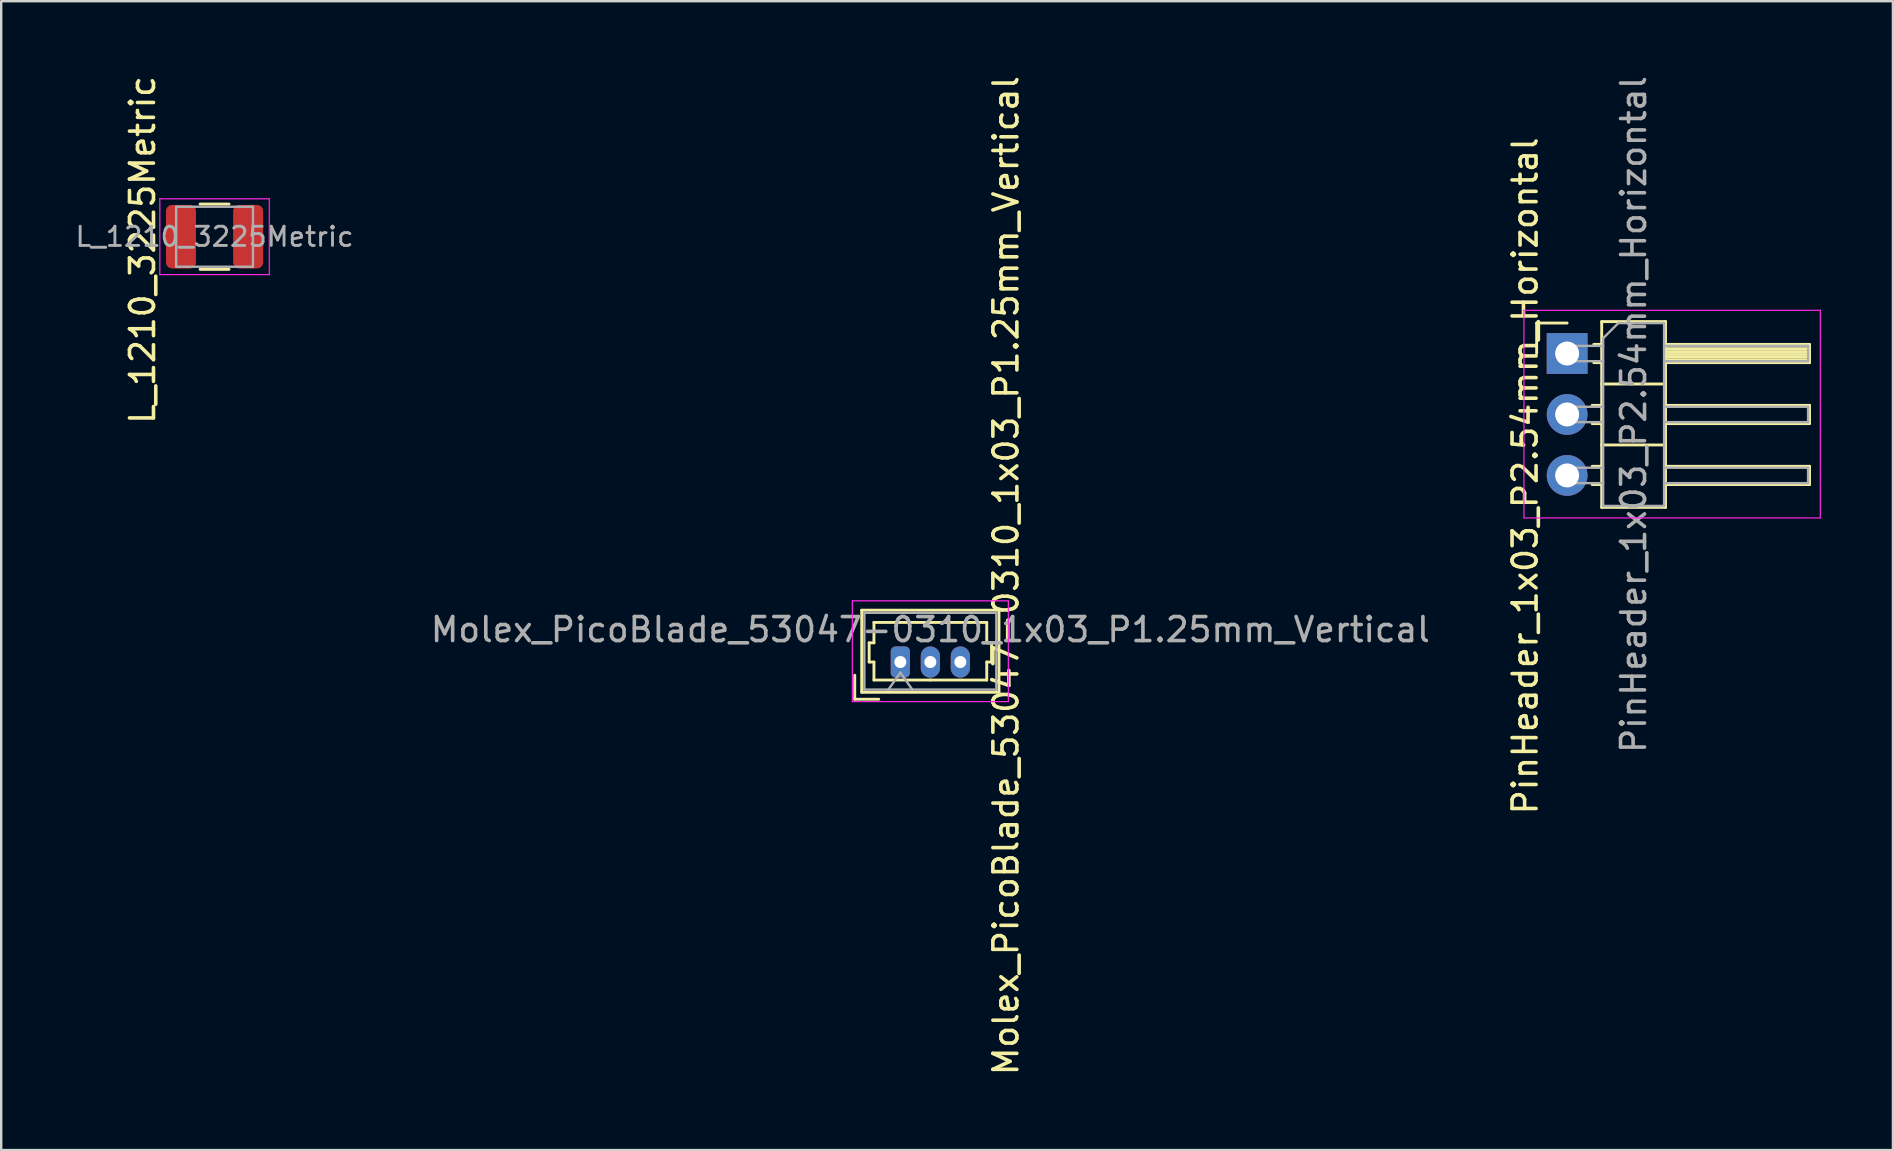
<source format=kicad_pcb>
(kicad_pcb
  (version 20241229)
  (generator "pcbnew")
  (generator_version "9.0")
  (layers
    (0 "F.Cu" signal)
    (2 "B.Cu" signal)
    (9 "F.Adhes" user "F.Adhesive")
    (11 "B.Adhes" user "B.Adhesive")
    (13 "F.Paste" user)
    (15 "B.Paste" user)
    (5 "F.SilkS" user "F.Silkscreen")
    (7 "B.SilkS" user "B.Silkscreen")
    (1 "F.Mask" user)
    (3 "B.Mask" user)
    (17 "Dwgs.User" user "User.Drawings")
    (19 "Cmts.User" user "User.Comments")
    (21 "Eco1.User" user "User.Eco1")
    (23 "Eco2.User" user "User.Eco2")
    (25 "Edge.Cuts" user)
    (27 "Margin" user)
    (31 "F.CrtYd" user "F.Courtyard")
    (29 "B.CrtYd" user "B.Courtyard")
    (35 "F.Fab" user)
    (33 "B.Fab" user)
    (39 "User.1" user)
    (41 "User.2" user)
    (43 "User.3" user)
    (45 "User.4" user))
  (footprint "Molex_PicoBlade_53047-0310_1x03_P1.25mm_Vertical"
    (layer "F.Cu")
    (at 34.465 24.535)
    (property "Reference" "Molex_PicoBlade_53047-0310_1x03_P1.25mm_Vertical" (at 4.4 -3.6 270) (layer "F.SilkS") (effects (font (size 1 1) (thickness 0.15))))
    (attr through_hole)
    (fp_line (start -1.9 1.55) (end -1.9 0.55) (stroke (width 0.12) (type solid)) (layer "F.SilkS"))
    (fp_line (start -1.9 1.55) (end -0.9 1.55) (stroke (width 0.12) (type solid)) (layer "F.SilkS"))
    (fp_line (start -1.61 -2.16) (end -1.61 1.26) (stroke (width 0.12) (type solid)) (layer "F.SilkS"))
    (fp_line (start -1.61 1.26) (end 4.11 1.26) (stroke (width 0.12) (type solid)) (layer "F.SilkS"))
    (fp_line (start -1.3 -0.8) (end -1.1 -0.8) (stroke (width 0.12) (type solid)) (layer "F.SilkS"))
    (fp_line (start -1.3 0) (end -1.3 -0.8) (stroke (width 0.12) (type solid)) (layer "F.SilkS"))
    (fp_line (start -1.1 -1.65) (end 1.25 -1.65) (stroke (width 0.12) (type solid)) (layer "F.SilkS"))
    (fp_line (start -1.1 -0.8) (end -1.1 -1.65) (stroke (width 0.12) (type solid)) (layer "F.SilkS"))
    (fp_line (start -1.1 0) (end -1.3 0) (stroke (width 0.12) (type solid)) (layer "F.SilkS"))
    (fp_line (start -1.1 0.75) (end -1.1 0) (stroke (width 0.12) (type solid)) (layer "F.SilkS"))
    (fp_line (start 1.25 0.75) (end -1.1 0.75) (stroke (width 0.12) (type solid)) (layer "F.SilkS"))
    (fp_line (start 1.25 0.75) (end 3.6 0.75) (stroke (width 0.12) (type solid)) (layer "F.SilkS"))
    (fp_line (start 3.6 -1.65) (end 1.25 -1.65) (stroke (width 0.12) (type solid)) (layer "F.SilkS"))
    (fp_line (start 3.6 -0.8) (end 3.6 -1.65) (stroke (width 0.12) (type solid)) (layer "F.SilkS"))
    (fp_line (start 3.6 0) (end 3.8 0) (stroke (width 0.12) (type solid)) (layer "F.SilkS"))
    (fp_line (start 3.6 0.75) (end 3.6 0) (stroke (width 0.12) (type solid)) (layer "F.SilkS"))
    (fp_line (start 3.8 -0.8) (end 3.6 -0.8) (stroke (width 0.12) (type solid)) (layer "F.SilkS"))
    (fp_line (start 3.8 0) (end 3.8 -0.8) (stroke (width 0.12) (type solid)) (layer "F.SilkS"))
    (fp_line (start 4.11 -2.16) (end -1.61 -2.16) (stroke (width 0.12) (type solid)) (layer "F.SilkS"))
    (fp_line (start 4.11 1.26) (end 4.11 -2.16) (stroke (width 0.12) (type solid)) (layer "F.SilkS"))
    (fp_line (start -2 -2.55) (end -2 1.65) (stroke (width 0.05) (type solid)) (layer "F.CrtYd"))
    (fp_line (start -2 1.65) (end 4.5 1.65) (stroke (width 0.05) (type solid)) (layer "F.CrtYd"))
    (fp_line (start 4.5 -2.55) (end -2 -2.55) (stroke (width 0.05) (type solid)) (layer "F.CrtYd"))
    (fp_line (start 4.5 1.65) (end 4.5 -2.55) (stroke (width 0.05) (type solid)) (layer "F.CrtYd"))
    (fp_line (start -1.5 -2.05) (end -1.5 1.15) (stroke (width 0.1) (type solid)) (layer "F.Fab"))
    (fp_line (start -1.5 1.15) (end 4 1.15) (stroke (width 0.1) (type solid)) (layer "F.Fab"))
    (fp_line (start -0.5 1.15) (end 0 0.443) (stroke (width 0.1) (type solid)) (layer "F.Fab"))
    (fp_line (start 0 0.443) (end 0.5 1.15) (stroke (width 0.1) (type solid)) (layer "F.Fab"))
    (fp_line (start 4 -2.05) (end -1.5 -2.05) (stroke (width 0.1) (type solid)) (layer "F.Fab"))
    (fp_line (start 4 1.15) (end 4 -2.05) (stroke (width 0.1) (type solid)) (layer "F.Fab"))
    (fp_text user "${REFERENCE}" (at 1.25 -1.35 0) (layer "F.Fab") (effects (font (size 1 1) (thickness 0.15))))
    (pad "1" thru_hole roundrect (at 0 0) (size 0.8 1.3) (drill 0.5) (layers "*.Cu" "*.Mask") (roundrect_rratio 0.25))
    (pad "2" thru_hole oval (at 1.25 0) (size 0.8 1.3) (drill 0.5) (layers "*.Cu" "*.Mask"))
    (pad "3" thru_hole oval (at 2.5 0) (size 0.8 1.3) (drill 0.5) (layers "*.Cu" "*.Mask")))
  (footprint "L_1210_3225Metric"
    (layer "F.Cu")
    (at 5.89 6.813)
    (property "Reference" "L_1210_3225Metric" (at -3 0.55 270) (layer "F.SilkS") (effects (font (size 1 1) (thickness 0.15))))
    (attr smd)
    (fp_line (start -0.602 -1.36) (end 0.602 -1.36) (stroke (width 0.12) (type solid)) (layer "F.SilkS"))
    (fp_line (start -0.602 1.36) (end 0.602 1.36) (stroke (width 0.12) (type solid)) (layer "F.SilkS"))
    (fp_line (start -2.28 -1.58) (end 2.28 -1.58) (stroke (width 0.05) (type solid)) (layer "F.CrtYd"))
    (fp_line (start -2.28 1.58) (end -2.28 -1.58) (stroke (width 0.05) (type solid)) (layer "F.CrtYd"))
    (fp_line (start 2.28 -1.58) (end 2.28 1.58) (stroke (width 0.05) (type solid)) (layer "F.CrtYd"))
    (fp_line (start 2.28 1.58) (end -2.28 1.58) (stroke (width 0.05) (type solid)) (layer "F.CrtYd"))
    (fp_line (start -1.6 -1.25) (end 1.6 -1.25) (stroke (width 0.1) (type solid)) (layer "F.Fab"))
    (fp_line (start -1.6 1.25) (end -1.6 -1.25) (stroke (width 0.1) (type solid)) (layer "F.Fab"))
    (fp_line (start 1.6 -1.25) (end 1.6 1.25) (stroke (width 0.1) (type solid)) (layer "F.Fab"))
    (fp_line (start 1.6 1.25) (end -1.6 1.25) (stroke (width 0.1) (type solid)) (layer "F.Fab"))
    (fp_text user "${REFERENCE}" (at 0 0 180) (layer "F.Fab") (effects (font (size 0.8 0.8) (thickness 0.12))))
    (pad "1" smd roundrect (at -1.4 0) (size 1.25 2.65) (layers "F.Cu" "F.Mask" "F.Paste") (roundrect_rratio 0.2))
    (pad "2" smd roundrect (at 1.4 0) (size 1.25 2.65) (layers "F.Cu" "F.Mask" "F.Paste") (roundrect_rratio 0.2)))
  (footprint "PinHeader_1x03_P2.54mm_Horizontal"
    (layer "F.Cu")
    (at 62.248 11.68)
    (property "Reference" "PinHeader_1x03_P2.54mm_Horizontal" (at -1.75 5.1 270) (layer "F.SilkS") (effects (font (size 1 1) (thickness 0.15))))
    (attr through_hole)
    (fp_line (start -1.27 -1.27) (end 0 -1.27) (stroke (width 0.12) (type solid)) (layer "F.SilkS"))
    (fp_line (start -1.27 0) (end -1.27 -1.27) (stroke (width 0.12) (type solid)) (layer "F.SilkS"))
    (fp_line (start 1.043 2.16) (end 1.44 2.16) (stroke (width 0.12) (type solid)) (layer "F.SilkS"))
    (fp_line (start 1.043 2.92) (end 1.44 2.92) (stroke (width 0.12) (type solid)) (layer "F.SilkS"))
    (fp_line (start 1.043 4.7) (end 1.44 4.7) (stroke (width 0.12) (type solid)) (layer "F.SilkS"))
    (fp_line (start 1.043 5.46) (end 1.44 5.46) (stroke (width 0.12) (type solid)) (layer "F.SilkS"))
    (fp_line (start 1.11 -0.38) (end 1.44 -0.38) (stroke (width 0.12) (type solid)) (layer "F.SilkS"))
    (fp_line (start 1.11 0.38) (end 1.44 0.38) (stroke (width 0.12) (type solid)) (layer "F.SilkS"))
    (fp_line (start 1.44 -1.33) (end 1.44 6.41) (stroke (width 0.12) (type solid)) (layer "F.SilkS"))
    (fp_line (start 1.44 1.27) (end 4.1 1.27) (stroke (width 0.12) (type solid)) (layer "F.SilkS"))
    (fp_line (start 1.44 3.81) (end 4.1 3.81) (stroke (width 0.12) (type solid)) (layer "F.SilkS"))
    (fp_line (start 1.44 6.41) (end 4.1 6.41) (stroke (width 0.12) (type solid)) (layer "F.SilkS"))
    (fp_line (start 4.1 -1.33) (end 1.44 -1.33) (stroke (width 0.12) (type solid)) (layer "F.SilkS"))
    (fp_line (start 4.1 -0.38) (end 10.1 -0.38) (stroke (width 0.12) (type solid)) (layer "F.SilkS"))
    (fp_line (start 4.1 -0.32) (end 10.1 -0.32) (stroke (width 0.12) (type solid)) (layer "F.SilkS"))
    (fp_line (start 4.1 -0.2) (end 10.1 -0.2) (stroke (width 0.12) (type solid)) (layer "F.SilkS"))
    (fp_line (start 4.1 -0.08) (end 10.1 -0.08) (stroke (width 0.12) (type solid)) (layer "F.SilkS"))
    (fp_line (start 4.1 0.04) (end 10.1 0.04) (stroke (width 0.12) (type solid)) (layer "F.SilkS"))
    (fp_line (start 4.1 0.16) (end 10.1 0.16) (stroke (width 0.12) (type solid)) (layer "F.SilkS"))
    (fp_line (start 4.1 0.28) (end 10.1 0.28) (stroke (width 0.12) (type solid)) (layer "F.SilkS"))
    (fp_line (start 4.1 2.16) (end 10.1 2.16) (stroke (width 0.12) (type solid)) (layer "F.SilkS"))
    (fp_line (start 4.1 4.7) (end 10.1 4.7) (stroke (width 0.12) (type solid)) (layer "F.SilkS"))
    (fp_line (start 4.1 6.41) (end 4.1 -1.33) (stroke (width 0.12) (type solid)) (layer "F.SilkS"))
    (fp_line (start 10.1 -0.38) (end 10.1 0.38) (stroke (width 0.12) (type solid)) (layer "F.SilkS"))
    (fp_line (start 10.1 0.38) (end 4.1 0.38) (stroke (width 0.12) (type solid)) (layer "F.SilkS"))
    (fp_line (start 10.1 2.16) (end 10.1 2.92) (stroke (width 0.12) (type solid)) (layer "F.SilkS"))
    (fp_line (start 10.1 2.92) (end 4.1 2.92) (stroke (width 0.12) (type solid)) (layer "F.SilkS"))
    (fp_line (start 10.1 4.7) (end 10.1 5.46) (stroke (width 0.12) (type solid)) (layer "F.SilkS"))
    (fp_line (start 10.1 5.46) (end 4.1 5.46) (stroke (width 0.12) (type solid)) (layer "F.SilkS"))
    (fp_line (start -1.8 -1.8) (end -1.8 6.85) (stroke (width 0.05) (type solid)) (layer "F.CrtYd"))
    (fp_line (start -1.8 6.85) (end 10.55 6.85) (stroke (width 0.05) (type solid)) (layer "F.CrtYd"))
    (fp_line (start 10.55 -1.8) (end -1.8 -1.8) (stroke (width 0.05) (type solid)) (layer "F.CrtYd"))
    (fp_line (start 10.55 6.85) (end 10.55 -1.8) (stroke (width 0.05) (type solid)) (layer "F.CrtYd"))
    (fp_line (start -0.32 -0.32) (end -0.32 0.32) (stroke (width 0.1) (type solid)) (layer "F.Fab"))
    (fp_line (start -0.32 -0.32) (end 1.5 -0.32) (stroke (width 0.1) (type solid)) (layer "F.Fab"))
    (fp_line (start -0.32 0.32) (end 1.5 0.32) (stroke (width 0.1) (type solid)) (layer "F.Fab"))
    (fp_line (start -0.32 2.22) (end -0.32 2.86) (stroke (width 0.1) (type solid)) (layer "F.Fab"))
    (fp_line (start -0.32 2.22) (end 1.5 2.22) (stroke (width 0.1) (type solid)) (layer "F.Fab"))
    (fp_line (start -0.32 2.86) (end 1.5 2.86) (stroke (width 0.1) (type solid)) (layer "F.Fab"))
    (fp_line (start -0.32 4.76) (end -0.32 5.4) (stroke (width 0.1) (type solid)) (layer "F.Fab"))
    (fp_line (start -0.32 4.76) (end 1.5 4.76) (stroke (width 0.1) (type solid)) (layer "F.Fab"))
    (fp_line (start -0.32 5.4) (end 1.5 5.4) (stroke (width 0.1) (type solid)) (layer "F.Fab"))
    (fp_line (start 1.5 -0.635) (end 2.135 -1.27) (stroke (width 0.1) (type solid)) (layer "F.Fab"))
    (fp_line (start 1.5 6.35) (end 1.5 -0.635) (stroke (width 0.1) (type solid)) (layer "F.Fab"))
    (fp_line (start 2.135 -1.27) (end 4.04 -1.27) (stroke (width 0.1) (type solid)) (layer "F.Fab"))
    (fp_line (start 4.04 -1.27) (end 4.04 6.35) (stroke (width 0.1) (type solid)) (layer "F.Fab"))
    (fp_line (start 4.04 -0.32) (end 10.04 -0.32) (stroke (width 0.1) (type solid)) (layer "F.Fab"))
    (fp_line (start 4.04 0.32) (end 10.04 0.32) (stroke (width 0.1) (type solid)) (layer "F.Fab"))
    (fp_line (start 4.04 2.22) (end 10.04 2.22) (stroke (width 0.1) (type solid)) (layer "F.Fab"))
    (fp_line (start 4.04 2.86) (end 10.04 2.86) (stroke (width 0.1) (type solid)) (layer "F.Fab"))
    (fp_line (start 4.04 4.76) (end 10.04 4.76) (stroke (width 0.1) (type solid)) (layer "F.Fab"))
    (fp_line (start 4.04 5.4) (end 10.04 5.4) (stroke (width 0.1) (type solid)) (layer "F.Fab"))
    (fp_line (start 4.04 6.35) (end 1.5 6.35) (stroke (width 0.1) (type solid)) (layer "F.Fab"))
    (fp_line (start 10.04 -0.32) (end 10.04 0.32) (stroke (width 0.1) (type solid)) (layer "F.Fab"))
    (fp_line (start 10.04 2.22) (end 10.04 2.86) (stroke (width 0.1) (type solid)) (layer "F.Fab"))
    (fp_line (start 10.04 4.76) (end 10.04 5.4) (stroke (width 0.1) (type solid)) (layer "F.Fab"))
    (fp_text user "${REFERENCE}" (at 2.77 2.54 90) (layer "F.Fab") (effects (font (size 1 1) (thickness 0.15))))
    (pad "1" thru_hole rect (at 0 0) (size 1.7 1.7) (drill 1) (layers "*.Cu" "*.Mask"))
    (pad "2" thru_hole oval (at 0 2.54) (size 1.7 1.7) (drill 1) (layers "*.Cu" "*.Mask"))
    (pad "3" thru_hole oval (at 0 5.08) (size 1.7 1.7) (drill 1) (layers "*.Cu" "*.Mask")))
  (gr_rect
    (start -3 -3)
    (end 75.823 44.869)
    (stroke (width 0.1) (type default))
    (fill no)
    (layer "Edge.Cuts")))
</source>
